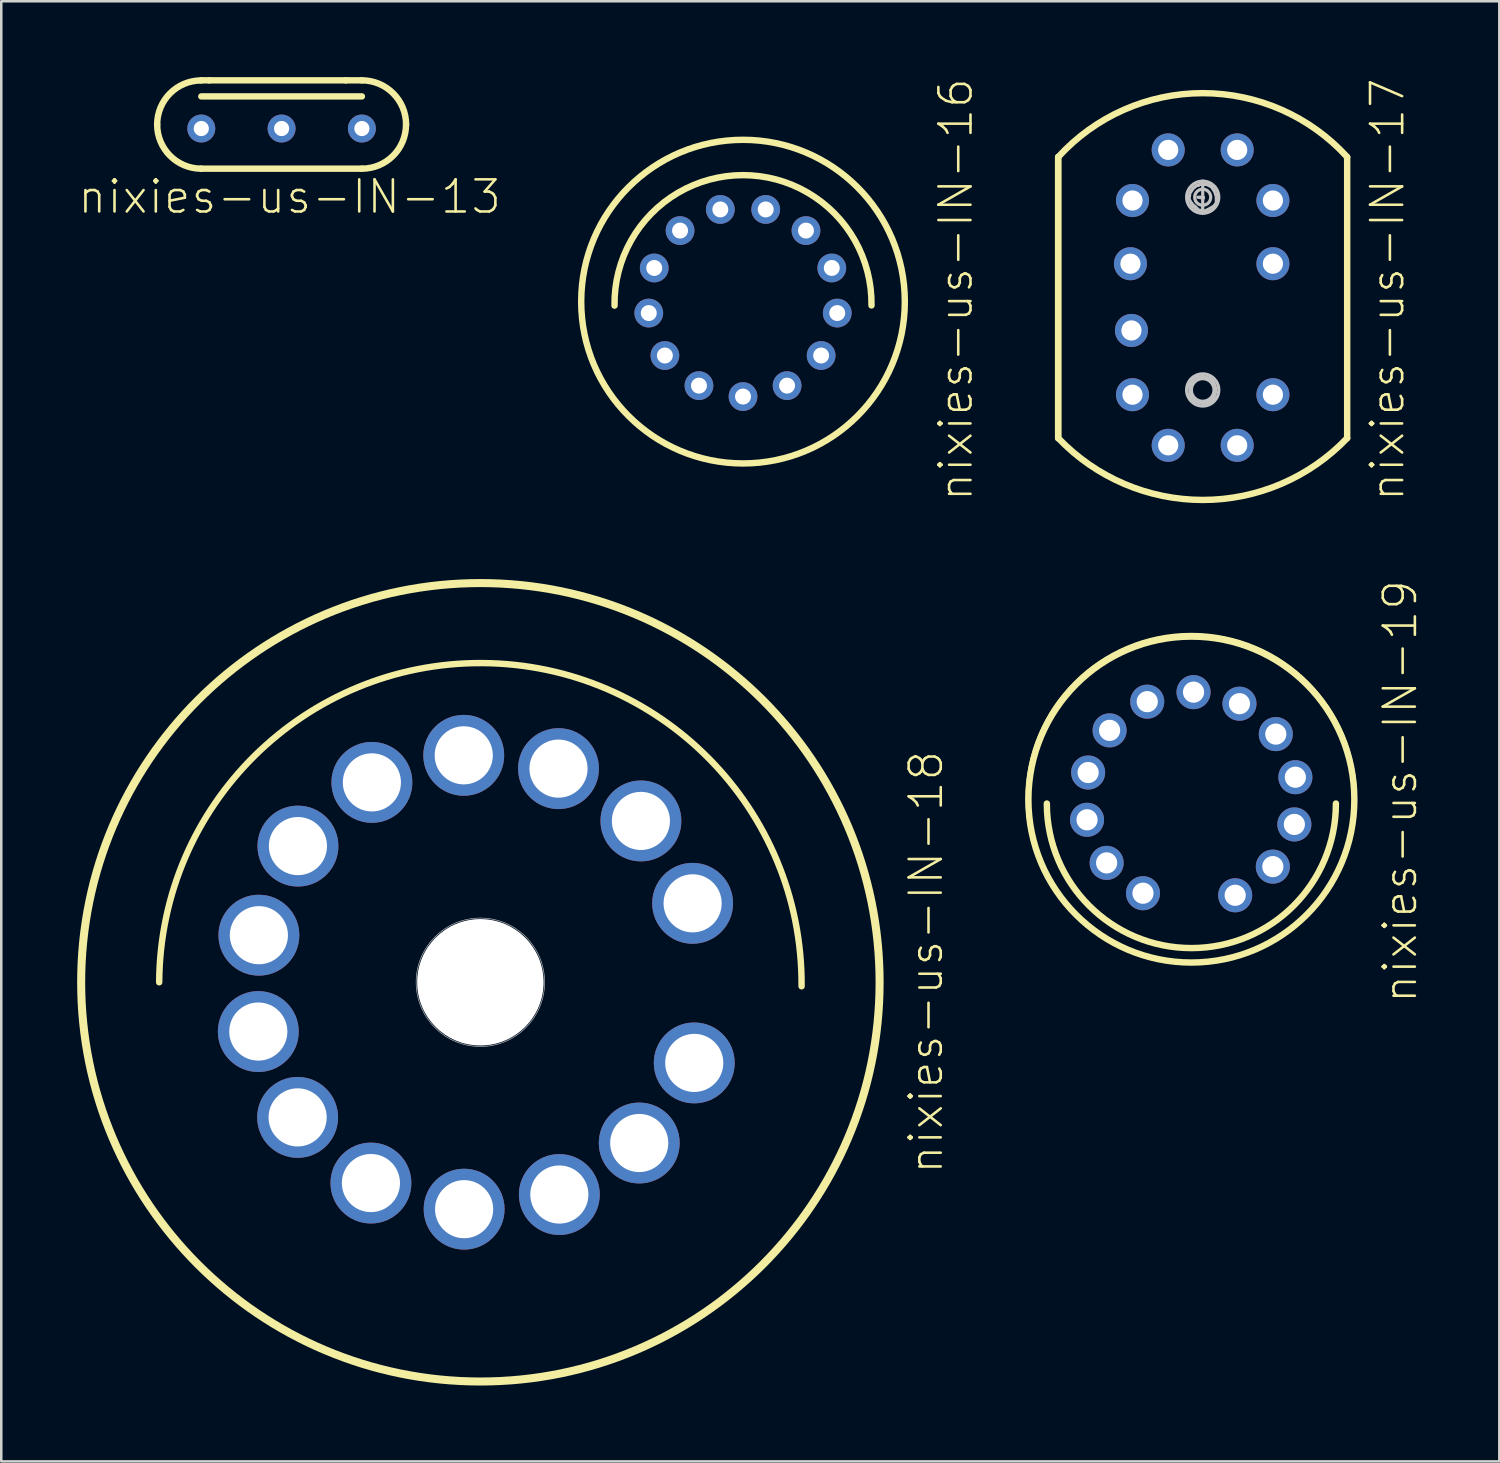
<source format=kicad_pcb>
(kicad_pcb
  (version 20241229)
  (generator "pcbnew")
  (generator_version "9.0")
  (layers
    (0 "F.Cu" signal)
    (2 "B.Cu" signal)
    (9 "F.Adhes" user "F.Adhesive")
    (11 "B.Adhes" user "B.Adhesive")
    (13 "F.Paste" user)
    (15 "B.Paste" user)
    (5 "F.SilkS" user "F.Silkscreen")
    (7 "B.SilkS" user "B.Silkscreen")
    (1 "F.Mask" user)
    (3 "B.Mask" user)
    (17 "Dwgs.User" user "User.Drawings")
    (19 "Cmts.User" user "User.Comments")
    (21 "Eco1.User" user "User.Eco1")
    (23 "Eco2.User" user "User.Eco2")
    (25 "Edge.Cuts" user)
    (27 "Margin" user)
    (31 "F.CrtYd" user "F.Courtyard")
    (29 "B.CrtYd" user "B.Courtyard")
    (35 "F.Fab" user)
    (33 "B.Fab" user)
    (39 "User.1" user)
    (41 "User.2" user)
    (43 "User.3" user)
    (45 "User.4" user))
  (footprint "nixies-us-IN-13"
    (layer "F.Cu")
    (at 4.909 2.032)
    (property "Reference" "nixies-us-IN-13" (at 3.493 2.697 0) (layer "F.SilkS") (effects (font (size 1.27 1.27) (thickness 0.102))))
    (attr exclude_from_pos_files exclude_from_bom)
    (fp_line (start 0 -1.27) (end 6.35 -1.27) (stroke (width 0.254) (type solid)) (layer "F.SilkS"))
    (fp_line (start 0 1.587) (end 6.35 1.587) (stroke (width 0.254) (type solid)) (layer "F.SilkS"))
    (fp_line (start 0.318 -1.905) (end 0 -1.905) (stroke (width 0.127) (type solid)) (layer "F.SilkS"))
    (fp_line (start 0.318 -1.905) (end 0 -1.905) (stroke (width 0.254) (type solid)) (layer "F.SilkS"))
    (fp_line (start 5.715 -1.905) (end 0.318 -1.905) (stroke (width 0.254) (type solid)) (layer "F.SilkS"))
    (fp_line (start 6.35 -1.905) (end 5.715 -1.905) (stroke (width 0.127) (type solid)) (layer "F.SilkS"))
    (fp_line (start 6.35 -1.905) (end 5.715 -1.905) (stroke (width 0.254) (type solid)) (layer "F.SilkS"))
    (fp_arc (start -1.74498 -0.15748) (mid -1.233887 -1.391367) (end 0 -1.90246) (stroke (width 0.254) (type solid)) (layer "F.SilkS"))
    (fp_arc (start 0 1.5875) (mid -1.233887 1.076407) (end -1.74498 -0.15748) (stroke (width 0.254) (type solid)) (layer "F.SilkS"))
    (fp_arc (start 0 1.5875) (mid -1.74498 -0.15748) (end 0 -1.90246) (stroke (width 0.127) (type solid)) (layer "F.SilkS"))
    (fp_arc (start 6.35 -1.905) (mid 8.09752 -0.15748) (end 6.35 1.59004) (stroke (width 0.127) (type solid)) (layer "F.SilkS"))
    (fp_arc (start 6.35 -1.905) (mid 7.585683 -1.393163) (end 8.09752 -0.15748) (stroke (width 0.254) (type solid)) (layer "F.SilkS"))
    (fp_arc (start 8.09498 -0.15748) (mid 7.583887 1.076407) (end 6.35 1.5875) (stroke (width 0.254) (type solid)) (layer "F.SilkS"))
    (pad "A" thru_hole circle (at 0 0) (size 1.107 1.107) (drill 0.599) (layers "*.Cu" "*.Mask"))
    (pad "K" thru_hole circle (at 3.175 0) (size 1.107 1.107) (drill 0.599) (layers "*.Cu" "*.Mask"))
    (pad "K2" thru_hole circle (at 6.35 0) (size 1.107 1.107) (drill 0.599) (layers "*.Cu" "*.Mask")))
  (footprint "nixies-us-IN-16"
    (layer "F.Cu")
    (at 26.328 8.876)
    (property "Reference" "nixies-us-IN-16" (at 8.412 -0.475 90) (layer "F.SilkS") (effects (font (size 1.27 1.27) (thickness 0.102))))
    (attr exclude_from_pos_files exclude_from_bom)
    (fp_arc (start -5.08 0.15748) (mid -0.003371 -5.001869) (end 5.0801 0.150739) (stroke (width 0.254) (type solid)) (layer "F.SilkS"))
    (fp_circle (center 0 0) (end 0 -6.398) (stroke (width 0.254) (type solid)) (fill no) (layer "F.SilkS"))
    (pad "0" thru_hole circle (at -1.742 3.322) (size 1.138 1.138) (drill 0.63) (layers "*.Cu" "*.Mask"))
    (pad "1" thru_hole circle (at 1.742 3.322) (size 1.138 1.138) (drill 0.63) (layers "*.Cu" "*.Mask"))
    (pad "2" thru_hole circle (at -2.489 -2.809) (size 1.138 1.138) (drill 0.63) (layers "*.Cu" "*.Mask"))
    (pad "3" thru_hole circle (at 3.726 0.452) (size 1.138 1.138) (drill 0.63) (layers "*.Cu" "*.Mask"))
    (pad "4" thru_hole circle (at 2.489 -2.809) (size 1.138 1.138) (drill 0.63) (layers "*.Cu" "*.Mask"))
    (pad "5" thru_hole circle (at 0.897 -3.645) (size 1.138 1.138) (drill 0.63) (layers "*.Cu" "*.Mask"))
    (pad "6" thru_hole circle (at -0.897 -3.645) (size 1.138 1.138) (drill 0.63) (layers "*.Cu" "*.Mask"))
    (pad "7" thru_hole circle (at 3.089 2.131) (size 1.138 1.138) (drill 0.63) (layers "*.Cu" "*.Mask"))
    (pad "8" thru_hole circle (at -3.726 0.452) (size 1.138 1.138) (drill 0.63) (layers "*.Cu" "*.Mask"))
    (pad "9" thru_hole circle (at -3.089 2.131) (size 1.138 1.138) (drill 0.63) (layers "*.Cu" "*.Mask"))
    (pad "A" thru_hole circle (at 0 3.754) (size 1.138 1.138) (drill 0.63) (layers "*.Cu" "*.Mask"))
    (pad "LHDP" thru_hole circle (at -3.51 -1.331) (size 1.138 1.138) (drill 0.63) (layers "*.Cu" "*.Mask"))
    (pad "RHDP" thru_hole circle (at 3.51 -1.331) (size 1.138 1.138) (drill 0.63) (layers "*.Cu" "*.Mask")))
  (footprint "nixies-us-IN-17"
    (layer "F.Cu")
    (at 44.504 8.876)
    (property "Reference" "nixies-us-IN-17" (at 7.303 -0.475 90) (layer "F.SilkS") (effects (font (size 1.27 1.27) (thickness 0.102))))
    (attr exclude_from_pos_files exclude_from_bom)
    (fp_line (start -5.715 -5.715) (end -5.715 5.397) (stroke (width 0.254) (type solid)) (layer "F.SilkS"))
    (fp_line (start -5.715 5.397) (end -5.715 -5.715) (stroke (width 0.254) (type solid)) (layer "F.SilkS"))
    (fp_line (start 5.712 5.397) (end 5.712 -5.715) (stroke (width 0.254) (type solid)) (layer "F.SilkS"))
    (fp_arc (start -5.715 -5.715) (mid -0.002522 -8.24269) (end 5.711605 -5.718731) (stroke (width 0.254) (type solid)) (layer "F.SilkS"))
    (fp_arc (start 5.71246 5.3975) (mid 0.004024 7.841685) (end -5.7069 5.403318) (stroke (width 0.254) (type solid)) (layer "F.SilkS"))
    (fp_line (start 0 -4.763) (end 0 -3.493) (stroke (width 0.127) (type solid)) (layer "Dwgs.User"))
    (fp_circle (center 0 -4.128) (end 0 -4.763) (stroke (width 0.127) (type solid)) (fill no) (layer "Dwgs.User"))
    (fp_circle (center 0 -4.128) (end 0 -4.445) (stroke (width 0.127) (type solid)) (fill no) (layer "Dwgs.User"))
    (fp_circle (center 0 3.493) (end 0 2.857) (stroke (width 0.127) (type solid)) (fill no) (layer "Dwgs.User"))
    (fp_circle (center 0 3.493) (end 0 3.045) (stroke (width 0.127) (type solid)) (fill no) (layer "Dwgs.User"))
    (fp_poly (pts (xy -0.191 -4.128) (xy 0.03 -4.128) (xy 0.03 -4.094) (xy -0.191 -4.128)) (stroke (width 0.127) (type solid)) (fill no) (layer "Dwgs.User"))
    (fp_poly (pts (xy -0.411 3.84) (xy -0.508 3.683) (xy -0.508 3.429) (xy -0.445 3.205) (xy -0.538 3.365) (xy -0.318 3.015) (xy 0 2.951) (xy 0.315 3.048) (xy 0.442 3.205) (xy 0.505 3.396) (xy 0.505 3.586) (xy 0.442 3.81) (xy 0.348 3.904) (xy 0.188 4) (xy 0.03 4.031) (xy -0.127 4) (xy -0.318 3.937) (xy -0.381 3.873) (xy -0.318 3.429) (xy -0.254 3.269) (xy -0.191 3.175) (xy 0 3.142) (xy 0.157 3.175) (xy 0.315 3.269) (xy 0.378 3.429) (xy 0.348 3.65) (xy 0.188 3.81) (xy 0.03 3.873) (xy -0.094 3.84) (xy -0.221 3.713) (xy -0.254 3.747) (xy -0.254 3.586) (xy -0.191 3.429) (xy -0.127 3.269) (xy -0.064 3.239) (xy 0.124 3.239) (xy 0.221 3.302) (xy 0.284 3.429) (xy 0.284 3.586) (xy 0.157 3.713) (xy 0.03 3.81) (xy -0.127 3.747) (xy -0.191 3.683) (xy -0.221 3.65) (xy -0.127 3.429) (xy -0.03 3.332) (xy 0.124 3.332) (xy 0.221 3.429) (xy 0.188 3.586) (xy 0.061 3.683) (xy -0.127 3.713) (xy -0.127 3.523) (xy 0.094 3.429) (xy 0.094 3.586) (xy 0.03 3.586) (xy 0 3.429) (xy -0.094 3.65) (xy -0.064 3.617) (xy -0.411 3.84)) (stroke (width 0.127) (type solid)) (fill no) (layer "Dwgs.User"))
    (fp_poly (pts (xy -0.318 -4.445) (xy -0.127 -4.636) (xy 0.157 -4.636) (xy 0.348 -4.539) (xy 0.475 -4.348) (xy 0.538 -4.158) (xy 0.538 -3.904) (xy 0.442 -3.777) (xy 0.284 -3.683) (xy 0.094 -3.586) (xy -0.157 -3.617) (xy -0.318 -3.777) (xy -0.254 -3.65) (xy -0.445 -3.904) (xy -0.381 -3.747) (xy -0.538 -4.064) (xy -0.508 -4.285) (xy -0.381 -4.475) (xy -0.221 -4.602) (xy 0.061 -4.539) (xy 0.188 -4.508) (xy 0.378 -4.255) (xy 0.442 -4.094) (xy 0.378 -3.84) (xy 0.094 -3.683) (xy -0.191 -3.747) (xy -0.381 -3.873) (xy -0.508 -4.094) (xy -0.284 -4.445) (xy -0.094 -4.475) (xy 0.188 -4.445) (xy 0.315 -4.475) (xy 0.378 -4.318) (xy 0.411 -3.937) (xy 0.315 -3.873) (xy 0.124 -3.777) (xy -0.254 -3.937) (xy -0.381 -4.031) (xy -0.348 -4.191) (xy -0.127 -4.318) (xy 0.03 -4.285) (xy 0.221 -4.064) (xy 0.124 -3.937) (xy -0.127 -3.967) (xy -0.221 -4.221) (xy 0 -4.285) (xy 0.124 -4.285) (xy 0.188 -4.128) (xy 0.061 -4) (xy -0.064 -4.031) (xy -0.221 -4.064) (xy -0.157 -4.128) (xy -0.094 -4.158) (xy 0 -4.221) (xy 0.061 -4.318) (xy 0.124 -4.255) (xy 0.221 -4.128) (xy 0.061 -4.064) (xy -0.157 -4) (xy 0.061 -4.128) (xy 0.188 -4.255) (xy -0.064 -4.128) (xy -0.191 -4.128) (xy -0.318 -4.445)) (stroke (width 0.127) (type solid)) (fill no) (layer "Dwgs.User"))
    (pad "0" thru_hole circle (at 2.776 -3.998) (size 1.306 1.306) (drill 0.798) (layers "*.Cu" "*.Mask"))
    (pad "1" thru_hole circle (at 1.364 -5.999) (size 1.306 1.306) (drill 0.798) (layers "*.Cu" "*.Mask"))
    (pad "2" thru_hole circle (at -1.364 -5.999) (size 1.306 1.306) (drill 0.798) (layers "*.Cu" "*.Mask"))
    (pad "3" thru_hole circle (at -2.776 -3.998) (size 1.306 1.306) (drill 0.798) (layers "*.Cu" "*.Mask"))
    (pad "4" thru_hole circle (at -2.857 -1.499) (size 1.306 1.306) (drill 0.798) (layers "*.Cu" "*.Mask"))
    (pad "5" thru_hole circle (at -2.817 1.14) (size 1.306 1.306) (drill 0.798) (layers "*.Cu" "*.Mask"))
    (pad "6" thru_hole circle (at -2.776 3.68) (size 1.306 1.306) (drill 0.798) (layers "*.Cu" "*.Mask"))
    (pad "7" thru_hole circle (at -1.364 5.682) (size 1.306 1.306) (drill 0.798) (layers "*.Cu" "*.Mask"))
    (pad "8" thru_hole circle (at 1.364 5.682) (size 1.306 1.306) (drill 0.798) (layers "*.Cu" "*.Mask"))
    (pad "9" thru_hole circle (at 2.776 3.68) (size 1.306 1.306) (drill 0.798) (layers "*.Cu" "*.Mask"))
    (pad "A" thru_hole circle (at 2.776 -1.499) (size 1.306 1.306) (drill 0.798) (layers "*.Cu" "*.Mask")))
  (footprint "nixies-us-IN-18"
    (layer "F.Cu")
    (at 15.944 35.789)
    (property "Reference" "nixies-us-IN-18" (at 17.62 -0.792 90) (layer "F.SilkS") (effects (font (size 1.27 1.27) (thickness 0.102))))
    (attr exclude_from_pos_files exclude_from_bom)
    (fp_circle (center 0 0) (end 0 -2.54) (stroke (width 0.025) (type solid)) (fill no) (layer "F.Mask"))
    (fp_circle (center 0 0) (end 0 -1.27) (stroke (width 2.54) (type solid)) (fill no) (layer "F.Mask"))
    (fp_circle (center 0 0) (end 0 -1.27) (stroke (width 2.54) (type solid)) (fill no) (layer "B.Mask"))
    (fp_arc (start -12.7 0) (mid 0.07874 -12.62126) (end 12.7 0.15748) (stroke (width 0.254) (type solid)) (layer "F.SilkS"))
    (fp_circle (center 0 0) (end 0 -15.817) (stroke (width 0.254) (type solid)) (fill no) (layer "F.SilkS"))
    (fp_circle (center 0 0) (end 0 -15.753) (stroke (width 0.254) (type solid)) (fill no) (layer "F.SilkS"))
    (fp_circle (center 0 0) (end 0 -2.54) (stroke (width 0.025) (type solid)) (fill no) (layer "Dwgs.User"))
    (pad "" np_thru_hole circle (at 0 0) (size 4.999 4.999) (drill 4.999) (layers "*.Cu" "*.Mask"))
    (pad "0" thru_hole circle (at 6.281 6.355) (size 3.198 3.198) (drill 2.299) (layers "*.Cu" "*.Mask"))
    (pad "1" thru_hole circle (at -0.643 8.971) (size 3.198 3.198) (drill 2.299) (layers "*.Cu" "*.Mask"))
    (pad "2" thru_hole circle (at -4.328 7.938) (size 3.198 3.198) (drill 2.299) (layers "*.Cu" "*.Mask"))
    (pad "3" thru_hole circle (at -8.758 -1.862) (size 3.198 3.198) (drill 2.299) (layers "*.Cu" "*.Mask"))
    (pad "4" thru_hole circle (at 6.347 -6.38) (size 3.198 3.198) (drill 2.299) (layers "*.Cu" "*.Mask"))
    (pad "5" thru_hole circle (at 3.089 -8.448) (size 3.198 3.198) (drill 2.299) (layers "*.Cu" "*.Mask"))
    (pad "6" thru_hole circle (at -4.29 -7.904) (size 3.198 3.198) (drill 2.299) (layers "*.Cu" "*.Mask"))
    (pad "7" thru_hole circle (at -7.214 -5.385) (size 3.198 3.198) (drill 2.299) (layers "*.Cu" "*.Mask"))
    (pad "8" thru_hole circle (at -7.226 5.342) (size 3.198 3.198) (drill 2.299) (layers "*.Cu" "*.Mask"))
    (pad "9" thru_hole circle (at 8.456 3.188) (size 3.198 3.198) (drill 2.299) (layers "*.Cu" "*.Mask"))
    (pad "A" thru_hole circle (at -0.658 -8.974) (size 3.198 3.198) (drill 2.299) (layers "*.Cu" "*.Mask"))
    (pad "A2" thru_hole circle (at 3.122 8.392) (size 3.198 3.198) (drill 2.299) (layers "*.Cu" "*.Mask"))
    (pad "N/C" thru_hole circle (at 8.392 -3.122) (size 3.198 3.198) (drill 2.299) (layers "*.Cu" "*.Mask"))
    (pad "N/C2" thru_hole circle (at -8.781 1.948) (size 3.198 3.198) (drill 2.299) (layers "*.Cu" "*.Mask")))
  (footprint "nixies-us-IN-19"
    (layer "F.Cu")
    (at 44.056 28.564)
    (property "Reference" "nixies-us-IN-19" (at 8.255 -0.318 90) (layer "F.SilkS") (effects (font (size 1.27 1.27) (thickness 0.102))))
    (attr exclude_from_pos_files exclude_from_bom)
    (fp_arc (start 5.715 0.15748) (mid 0 5.87248) (end -5.715 0.15748) (stroke (width 0.15748) (type solid)) (layer "F.SilkS"))
    (fp_arc (start 5.715 0.15748) (mid 0 5.87248) (end -5.715 0.15748) (stroke (width 0.254) (type solid)) (layer "F.SilkS"))
    (fp_circle (center -0.005 -0.041) (end -0.005 -6.515) (stroke (width 0.157) (type solid)) (fill no) (layer "F.SilkS"))
    (fp_circle (center 0 0) (end 0 -6.444) (stroke (width 0.254) (type solid)) (fill no) (layer "F.SilkS"))
    (pad "2" thru_hole circle (at 1.732 3.785) (size 1.346 1.346) (drill 0.838) (layers "*.Cu" "*.Mask"))
    (pad "3" thru_hole circle (at 3.221 2.652) (size 1.346 1.346) (drill 0.838) (layers "*.Cu" "*.Mask"))
    (pad "4" thru_hole circle (at 4.072 0.983) (size 1.346 1.346) (drill 0.838) (layers "*.Cu" "*.Mask"))
    (pad "5" thru_hole circle (at 4.112 -0.884) (size 1.346 1.346) (drill 0.838) (layers "*.Cu" "*.Mask"))
    (pad "6" thru_hole circle (at 3.338 -2.588) (size 1.346 1.346) (drill 0.838) (layers "*.Cu" "*.Mask"))
    (pad "7" thru_hole circle (at 1.902 -3.79) (size 1.346 1.346) (drill 0.838) (layers "*.Cu" "*.Mask"))
    (pad "8" thru_hole circle (at 0.086 -4.247) (size 1.346 1.346) (drill 0.838) (layers "*.Cu" "*.Mask"))
    (pad "9" thru_hole circle (at -1.745 -3.871) (size 1.346 1.346) (drill 0.838) (layers "*.Cu" "*.Mask"))
    (pad "10" thru_hole circle (at -3.233 -2.736) (size 1.346 1.346) (drill 0.838) (layers "*.Cu" "*.Mask"))
    (pad "11" thru_hole circle (at -4.082 -1.069) (size 1.346 1.346) (drill 0.838) (layers "*.Cu" "*.Mask"))
    (pad "12" thru_hole circle (at -4.125 0.8) (size 1.346 1.346) (drill 0.838) (layers "*.Cu" "*.Mask"))
    (pad "13" thru_hole circle (at -3.35 2.504) (size 1.346 1.346) (drill 0.838) (layers "*.Cu" "*.Mask"))
    (pad "14" thru_hole circle (at -1.913 3.703) (size 1.346 1.346) (drill 0.838) (layers "*.Cu" "*.Mask")))
  (gr_rect
    (start -3 -3)
    (end 56.232 54.732)
    (stroke (width 0.1) (type default))
    (fill no)
    (layer "Edge.Cuts")))
</source>
